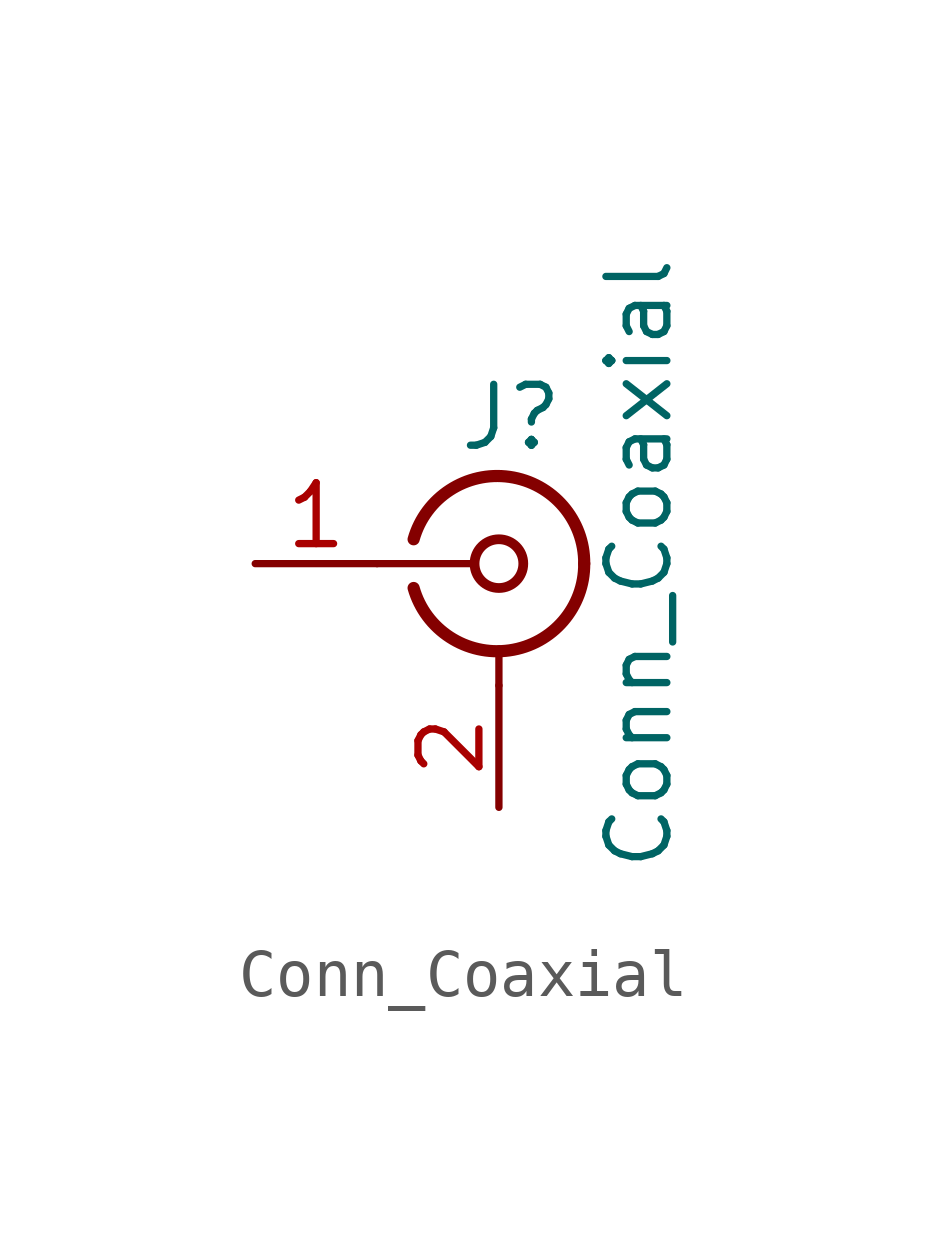
<source format=kicad_sym>
(kicad_symbol_lib
  (version 20220914)
  (generator kicad_symbol_editor)
  (symbol "Conn_Coaxial"
    (pin_names
      (offset 1.016) hide)
    (property "Reference" "J"
      (at 0.254 3.048 0)
      (effects (font (size 1.27 1.27))))
    (property "Value" "Conn_Coaxial"
      (at 2.921 0 90)
      (effects (font (size 1.27 1.27))))
    (symbol "Conn_Coaxial_0_1"
      (arc (start -1.778 -0.508) (mid 0.2311 -1.8066) (end 1.778 0) (stroke (width 0.254) (type default)) (fill (type none)))
      (polyline (pts (xy -2.54 0) (xy -0.508 0)) (stroke (width 0) (type default)) (fill (type none)))
      (polyline (pts (xy 0 -2.54) (xy 0 -1.778)) (stroke (width 0) (type default)) (fill (type none)))
      (circle (center 0 0) (radius 0.508) (stroke (width 0.203) (type default)) (fill (type none)))
      (arc (start 1.778 0) (mid 0.2099 1.8101) (end -1.778 0.508) (stroke (width 0.254) (type default)) (fill (type none))))
    (symbol "Conn_Coaxial_1_1"
      (pin passive line (at -5.08 0 0) (length 2.54) (name "In" (effects (font (size 1.27 1.27)))) (number "1" (effects (font (size 1.27 1.27)))))
      (pin passive line (at 0 -5.08 90) (length 2.54) (name "Ext" (effects (font (size 1.27 1.27)))) (number "2" (effects (font (size 1.27 1.27)))))
      (pin passive line (at 0 -5.08 90) (length 2.54) hide (name "Ext" (effects (font (size 0 0)))) (number "3" (effects (font (size 0 0)))))
      (pin passive line (at 0 -5.08 90) (length 2.54) hide (name "Ext" (effects (font (size 0 0)))) (number "4" (effects (font (size 0 0)))))
      (pin passive line (at 0 -5.08 90) (length 2.54) hide (name "Ext" (effects (font (size 0 0)))) (number "5" (effects (font (size 0 0))))))))
</source>
